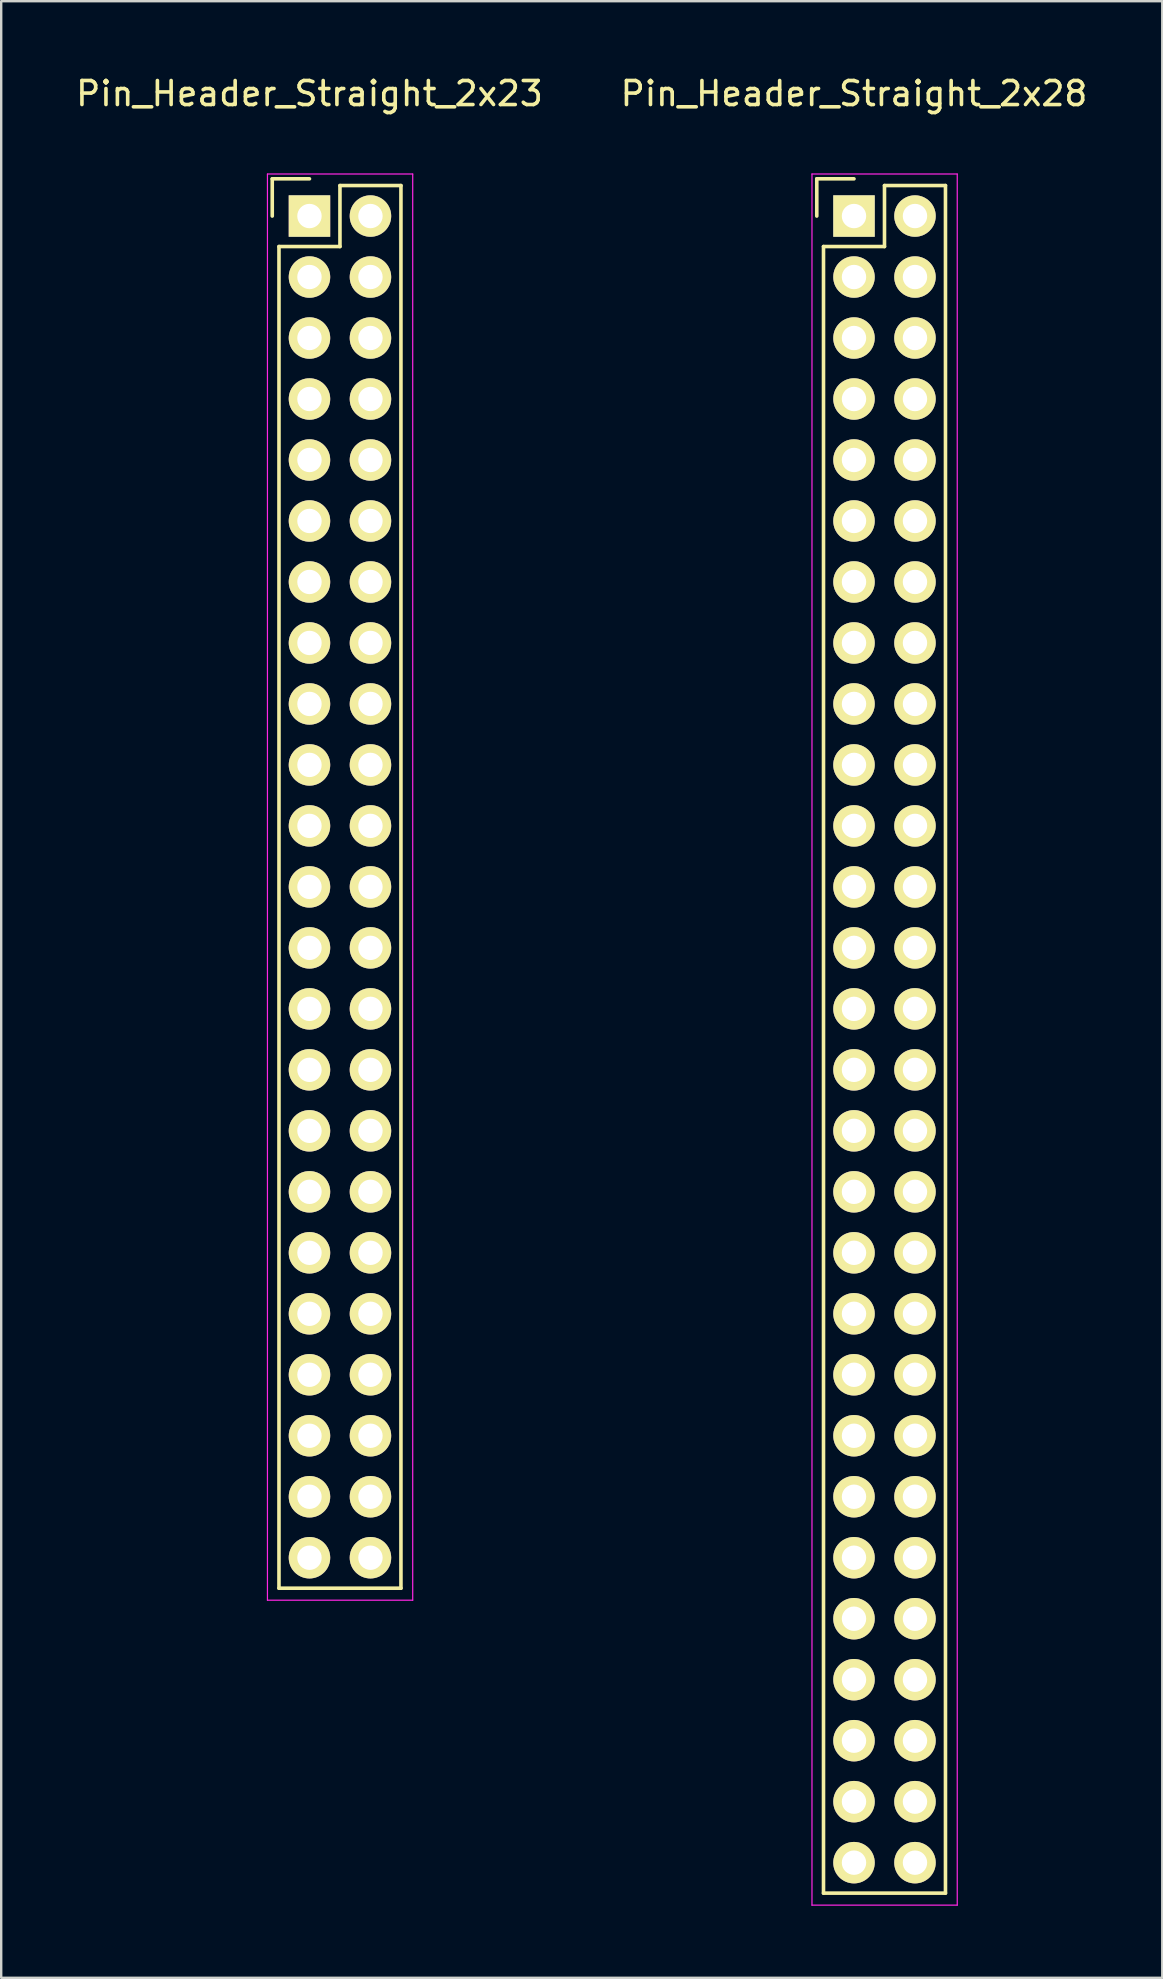
<source format=kicad_pcb>
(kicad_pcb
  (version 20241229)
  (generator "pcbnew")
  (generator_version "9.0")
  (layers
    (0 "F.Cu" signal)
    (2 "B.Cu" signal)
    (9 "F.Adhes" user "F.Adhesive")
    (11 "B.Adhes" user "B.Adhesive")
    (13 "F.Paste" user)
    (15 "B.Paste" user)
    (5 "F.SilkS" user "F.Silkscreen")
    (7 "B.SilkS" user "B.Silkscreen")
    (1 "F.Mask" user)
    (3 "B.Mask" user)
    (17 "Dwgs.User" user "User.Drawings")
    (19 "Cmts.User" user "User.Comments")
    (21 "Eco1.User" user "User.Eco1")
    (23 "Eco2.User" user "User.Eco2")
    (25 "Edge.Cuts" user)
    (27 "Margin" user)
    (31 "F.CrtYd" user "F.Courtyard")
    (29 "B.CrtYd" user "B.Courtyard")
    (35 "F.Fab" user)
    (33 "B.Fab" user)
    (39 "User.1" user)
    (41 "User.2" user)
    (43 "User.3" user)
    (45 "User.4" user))
  (footprint "Pin_Header_Straight_2x28"
    (layer "F.Cu")
    (at 32.518 5.948)
    (property "Reference" "Pin_Header_Straight_2x28" (at 0 -5.1 0) (layer "F.SilkS") (effects (font (size 1 1) (thickness 0.15))))
    (attr through_hole)
    (fp_line (start -1.55 -1.55) (end -1.55 0) (stroke (width 0.15) (type solid)) (layer "F.SilkS"))
    (fp_line (start -1.27 1.27) (end -1.27 69.85) (stroke (width 0.15) (type solid)) (layer "F.SilkS"))
    (fp_line (start 0 -1.55) (end -1.55 -1.55) (stroke (width 0.15) (type solid)) (layer "F.SilkS"))
    (fp_line (start 1.27 -1.27) (end 1.27 1.27) (stroke (width 0.15) (type solid)) (layer "F.SilkS"))
    (fp_line (start 1.27 1.27) (end -1.27 1.27) (stroke (width 0.15) (type solid)) (layer "F.SilkS"))
    (fp_line (start 3.81 -1.27) (end 1.27 -1.27) (stroke (width 0.15) (type solid)) (layer "F.SilkS"))
    (fp_line (start 3.81 -1.27) (end 3.81 69.85) (stroke (width 0.15) (type solid)) (layer "F.SilkS"))
    (fp_line (start 3.81 69.85) (end -1.27 69.85) (stroke (width 0.15) (type solid)) (layer "F.SilkS"))
    (fp_line (start -1.75 -1.75) (end -1.75 70.35) (stroke (width 0.05) (type solid)) (layer "F.CrtYd"))
    (fp_line (start -1.75 -1.75) (end 4.3 -1.75) (stroke (width 0.05) (type solid)) (layer "F.CrtYd"))
    (fp_line (start -1.75 70.35) (end 4.3 70.35) (stroke (width 0.05) (type solid)) (layer "F.CrtYd"))
    (fp_line (start 4.3 -1.75) (end 4.3 70.35) (stroke (width 0.05) (type solid)) (layer "F.CrtYd"))
    (pad "1" thru_hole rect (at 0 0) (size 1.727 1.727) (drill 1.016) (layers "*.Cu" "*.Mask" "F.SilkS"))
    (pad "2" thru_hole oval (at 2.54 0) (size 1.727 1.727) (drill 1.016) (layers "*.Cu" "*.Mask" "F.SilkS"))
    (pad "3" thru_hole oval (at 0 2.54) (size 1.727 1.727) (drill 1.016) (layers "*.Cu" "*.Mask" "F.SilkS"))
    (pad "4" thru_hole oval (at 2.54 2.54) (size 1.727 1.727) (drill 1.016) (layers "*.Cu" "*.Mask" "F.SilkS"))
    (pad "5" thru_hole oval (at 0 5.08) (size 1.727 1.727) (drill 1.016) (layers "*.Cu" "*.Mask" "F.SilkS"))
    (pad "6" thru_hole oval (at 2.54 5.08) (size 1.727 1.727) (drill 1.016) (layers "*.Cu" "*.Mask" "F.SilkS"))
    (pad "7" thru_hole oval (at 0 7.62) (size 1.727 1.727) (drill 1.016) (layers "*.Cu" "*.Mask" "F.SilkS"))
    (pad "8" thru_hole oval (at 2.54 7.62) (size 1.727 1.727) (drill 1.016) (layers "*.Cu" "*.Mask" "F.SilkS"))
    (pad "9" thru_hole oval (at 0 10.16) (size 1.727 1.727) (drill 1.016) (layers "*.Cu" "*.Mask" "F.SilkS"))
    (pad "10" thru_hole oval (at 2.54 10.16) (size 1.727 1.727) (drill 1.016) (layers "*.Cu" "*.Mask" "F.SilkS"))
    (pad "11" thru_hole oval (at 0 12.7) (size 1.727 1.727) (drill 1.016) (layers "*.Cu" "*.Mask" "F.SilkS"))
    (pad "12" thru_hole oval (at 2.54 12.7) (size 1.727 1.727) (drill 1.016) (layers "*.Cu" "*.Mask" "F.SilkS"))
    (pad "13" thru_hole oval (at 0 15.24) (size 1.727 1.727) (drill 1.016) (layers "*.Cu" "*.Mask" "F.SilkS"))
    (pad "14" thru_hole oval (at 2.54 15.24) (size 1.727 1.727) (drill 1.016) (layers "*.Cu" "*.Mask" "F.SilkS"))
    (pad "15" thru_hole oval (at 0 17.78) (size 1.727 1.727) (drill 1.016) (layers "*.Cu" "*.Mask" "F.SilkS"))
    (pad "16" thru_hole oval (at 2.54 17.78) (size 1.727 1.727) (drill 1.016) (layers "*.Cu" "*.Mask" "F.SilkS"))
    (pad "17" thru_hole oval (at 0 20.32) (size 1.727 1.727) (drill 1.016) (layers "*.Cu" "*.Mask" "F.SilkS"))
    (pad "18" thru_hole oval (at 2.54 20.32) (size 1.727 1.727) (drill 1.016) (layers "*.Cu" "*.Mask" "F.SilkS"))
    (pad "19" thru_hole oval (at 0 22.86) (size 1.727 1.727) (drill 1.016) (layers "*.Cu" "*.Mask" "F.SilkS"))
    (pad "20" thru_hole oval (at 2.54 22.86) (size 1.727 1.727) (drill 1.016) (layers "*.Cu" "*.Mask" "F.SilkS"))
    (pad "21" thru_hole oval (at 0 25.4) (size 1.727 1.727) (drill 1.016) (layers "*.Cu" "*.Mask" "F.SilkS"))
    (pad "22" thru_hole oval (at 2.54 25.4) (size 1.727 1.727) (drill 1.016) (layers "*.Cu" "*.Mask" "F.SilkS"))
    (pad "23" thru_hole oval (at 0 27.94) (size 1.727 1.727) (drill 1.016) (layers "*.Cu" "*.Mask" "F.SilkS"))
    (pad "24" thru_hole oval (at 2.54 27.94) (size 1.727 1.727) (drill 1.016) (layers "*.Cu" "*.Mask" "F.SilkS"))
    (pad "25" thru_hole oval (at 0 30.48) (size 1.727 1.727) (drill 1.016) (layers "*.Cu" "*.Mask" "F.SilkS"))
    (pad "26" thru_hole oval (at 2.54 30.48) (size 1.727 1.727) (drill 1.016) (layers "*.Cu" "*.Mask" "F.SilkS"))
    (pad "27" thru_hole oval (at 0 33.02) (size 1.727 1.727) (drill 1.016) (layers "*.Cu" "*.Mask" "F.SilkS"))
    (pad "28" thru_hole oval (at 2.54 33.02) (size 1.727 1.727) (drill 1.016) (layers "*.Cu" "*.Mask" "F.SilkS"))
    (pad "29" thru_hole oval (at 0 35.56) (size 1.727 1.727) (drill 1.016) (layers "*.Cu" "*.Mask" "F.SilkS"))
    (pad "30" thru_hole oval (at 2.54 35.56) (size 1.727 1.727) (drill 1.016) (layers "*.Cu" "*.Mask" "F.SilkS"))
    (pad "31" thru_hole oval (at 0 38.1) (size 1.727 1.727) (drill 1.016) (layers "*.Cu" "*.Mask" "F.SilkS"))
    (pad "32" thru_hole oval (at 2.54 38.1) (size 1.727 1.727) (drill 1.016) (layers "*.Cu" "*.Mask" "F.SilkS"))
    (pad "33" thru_hole oval (at 0 40.64) (size 1.727 1.727) (drill 1.016) (layers "*.Cu" "*.Mask" "F.SilkS"))
    (pad "34" thru_hole oval (at 2.54 40.64) (size 1.727 1.727) (drill 1.016) (layers "*.Cu" "*.Mask" "F.SilkS"))
    (pad "35" thru_hole oval (at 0 43.18) (size 1.727 1.727) (drill 1.016) (layers "*.Cu" "*.Mask" "F.SilkS"))
    (pad "36" thru_hole oval (at 2.54 43.18) (size 1.727 1.727) (drill 1.016) (layers "*.Cu" "*.Mask" "F.SilkS"))
    (pad "37" thru_hole oval (at 0 45.72) (size 1.727 1.727) (drill 1.016) (layers "*.Cu" "*.Mask" "F.SilkS"))
    (pad "38" thru_hole oval (at 2.54 45.72) (size 1.727 1.727) (drill 1.016) (layers "*.Cu" "*.Mask" "F.SilkS"))
    (pad "39" thru_hole oval (at 0 48.26) (size 1.727 1.727) (drill 1.016) (layers "*.Cu" "*.Mask" "F.SilkS"))
    (pad "40" thru_hole oval (at 2.54 48.26) (size 1.727 1.727) (drill 1.016) (layers "*.Cu" "*.Mask" "F.SilkS"))
    (pad "41" thru_hole oval (at 0 50.8) (size 1.727 1.727) (drill 1.016) (layers "*.Cu" "*.Mask" "F.SilkS"))
    (pad "42" thru_hole oval (at 2.54 50.8) (size 1.727 1.727) (drill 1.016) (layers "*.Cu" "*.Mask" "F.SilkS"))
    (pad "43" thru_hole oval (at 0 53.34) (size 1.727 1.727) (drill 1.016) (layers "*.Cu" "*.Mask" "F.SilkS"))
    (pad "44" thru_hole oval (at 2.54 53.34) (size 1.727 1.727) (drill 1.016) (layers "*.Cu" "*.Mask" "F.SilkS"))
    (pad "45" thru_hole oval (at 0 55.88) (size 1.727 1.727) (drill 1.016) (layers "*.Cu" "*.Mask" "F.SilkS"))
    (pad "46" thru_hole oval (at 2.54 55.88) (size 1.727 1.727) (drill 1.016) (layers "*.Cu" "*.Mask" "F.SilkS"))
    (pad "47" thru_hole oval (at 0 58.42) (size 1.727 1.727) (drill 1.016) (layers "*.Cu" "*.Mask" "F.SilkS"))
    (pad "48" thru_hole oval (at 2.54 58.42) (size 1.727 1.727) (drill 1.016) (layers "*.Cu" "*.Mask" "F.SilkS"))
    (pad "49" thru_hole oval (at 0 60.96) (size 1.727 1.727) (drill 1.016) (layers "*.Cu" "*.Mask" "F.SilkS"))
    (pad "50" thru_hole oval (at 2.54 60.96) (size 1.727 1.727) (drill 1.016) (layers "*.Cu" "*.Mask" "F.SilkS"))
    (pad "51" thru_hole oval (at 0 63.5) (size 1.727 1.727) (drill 1.016) (layers "*.Cu" "*.Mask" "F.SilkS"))
    (pad "52" thru_hole oval (at 2.54 63.5) (size 1.727 1.727) (drill 1.016) (layers "*.Cu" "*.Mask" "F.SilkS"))
    (pad "53" thru_hole oval (at 0 66.04) (size 1.727 1.727) (drill 1.016) (layers "*.Cu" "*.Mask" "F.SilkS"))
    (pad "54" thru_hole oval (at 2.54 66.04) (size 1.727 1.727) (drill 1.016) (layers "*.Cu" "*.Mask" "F.SilkS"))
    (pad "55" thru_hole oval (at 0 68.58) (size 1.727 1.727) (drill 1.016) (layers "*.Cu" "*.Mask" "F.SilkS"))
    (pad "56" thru_hole oval (at 2.54 68.58) (size 1.727 1.727) (drill 1.016) (layers "*.Cu" "*.Mask" "F.SilkS")))
  (footprint "Pin_Header_Straight_2x23"
    (layer "F.Cu")
    (at 9.839 5.948)
    (property "Reference" "Pin_Header_Straight_2x23" (at 0 -5.1 0) (layer "F.SilkS") (effects (font (size 1 1) (thickness 0.15))))
    (attr through_hole)
    (fp_line (start -1.55 -1.55) (end -1.55 0) (stroke (width 0.15) (type solid)) (layer "F.SilkS"))
    (fp_line (start -1.27 57.15) (end -1.27 1.27) (stroke (width 0.15) (type solid)) (layer "F.SilkS"))
    (fp_line (start 0 -1.55) (end -1.55 -1.55) (stroke (width 0.15) (type solid)) (layer "F.SilkS"))
    (fp_line (start 1.27 -1.27) (end 1.27 1.27) (stroke (width 0.15) (type solid)) (layer "F.SilkS"))
    (fp_line (start 1.27 1.27) (end -1.27 1.27) (stroke (width 0.15) (type solid)) (layer "F.SilkS"))
    (fp_line (start 3.81 -1.27) (end 1.27 -1.27) (stroke (width 0.15) (type solid)) (layer "F.SilkS"))
    (fp_line (start 3.81 57.15) (end -1.27 57.15) (stroke (width 0.15) (type solid)) (layer "F.SilkS"))
    (fp_line (start 3.81 57.15) (end 3.81 -1.27) (stroke (width 0.15) (type solid)) (layer "F.SilkS"))
    (fp_line (start -1.75 -1.75) (end -1.75 57.65) (stroke (width 0.05) (type solid)) (layer "F.CrtYd"))
    (fp_line (start -1.75 -1.75) (end 4.3 -1.75) (stroke (width 0.05) (type solid)) (layer "F.CrtYd"))
    (fp_line (start -1.75 57.65) (end 4.3 57.65) (stroke (width 0.05) (type solid)) (layer "F.CrtYd"))
    (fp_line (start 4.3 -1.75) (end 4.3 57.65) (stroke (width 0.05) (type solid)) (layer "F.CrtYd"))
    (pad "1" thru_hole rect (at 0 0) (size 1.727 1.727) (drill 1.016) (layers "*.Cu" "*.Mask" "F.SilkS"))
    (pad "2" thru_hole oval (at 2.54 0) (size 1.727 1.727) (drill 1.016) (layers "*.Cu" "*.Mask" "F.SilkS"))
    (pad "3" thru_hole oval (at 0 2.54) (size 1.727 1.727) (drill 1.016) (layers "*.Cu" "*.Mask" "F.SilkS"))
    (pad "4" thru_hole oval (at 2.54 2.54) (size 1.727 1.727) (drill 1.016) (layers "*.Cu" "*.Mask" "F.SilkS"))
    (pad "5" thru_hole oval (at 0 5.08) (size 1.727 1.727) (drill 1.016) (layers "*.Cu" "*.Mask" "F.SilkS"))
    (pad "6" thru_hole oval (at 2.54 5.08) (size 1.727 1.727) (drill 1.016) (layers "*.Cu" "*.Mask" "F.SilkS"))
    (pad "7" thru_hole oval (at 0 7.62) (size 1.727 1.727) (drill 1.016) (layers "*.Cu" "*.Mask" "F.SilkS"))
    (pad "8" thru_hole oval (at 2.54 7.62) (size 1.727 1.727) (drill 1.016) (layers "*.Cu" "*.Mask" "F.SilkS"))
    (pad "9" thru_hole oval (at 0 10.16) (size 1.727 1.727) (drill 1.016) (layers "*.Cu" "*.Mask" "F.SilkS"))
    (pad "10" thru_hole oval (at 2.54 10.16) (size 1.727 1.727) (drill 1.016) (layers "*.Cu" "*.Mask" "F.SilkS"))
    (pad "11" thru_hole oval (at 0 12.7) (size 1.727 1.727) (drill 1.016) (layers "*.Cu" "*.Mask" "F.SilkS"))
    (pad "12" thru_hole oval (at 2.54 12.7) (size 1.727 1.727) (drill 1.016) (layers "*.Cu" "*.Mask" "F.SilkS"))
    (pad "13" thru_hole oval (at 0 15.24) (size 1.727 1.727) (drill 1.016) (layers "*.Cu" "*.Mask" "F.SilkS"))
    (pad "14" thru_hole oval (at 2.54 15.24) (size 1.727 1.727) (drill 1.016) (layers "*.Cu" "*.Mask" "F.SilkS"))
    (pad "15" thru_hole oval (at 0 17.78) (size 1.727 1.727) (drill 1.016) (layers "*.Cu" "*.Mask" "F.SilkS"))
    (pad "16" thru_hole oval (at 2.54 17.78) (size 1.727 1.727) (drill 1.016) (layers "*.Cu" "*.Mask" "F.SilkS"))
    (pad "17" thru_hole oval (at 0 20.32) (size 1.727 1.727) (drill 1.016) (layers "*.Cu" "*.Mask" "F.SilkS"))
    (pad "18" thru_hole oval (at 2.54 20.32) (size 1.727 1.727) (drill 1.016) (layers "*.Cu" "*.Mask" "F.SilkS"))
    (pad "19" thru_hole oval (at 0 22.86) (size 1.727 1.727) (drill 1.016) (layers "*.Cu" "*.Mask" "F.SilkS"))
    (pad "20" thru_hole oval (at 2.54 22.86) (size 1.727 1.727) (drill 1.016) (layers "*.Cu" "*.Mask" "F.SilkS"))
    (pad "21" thru_hole oval (at 0 25.4) (size 1.727 1.727) (drill 1.016) (layers "*.Cu" "*.Mask" "F.SilkS"))
    (pad "22" thru_hole oval (at 2.54 25.4) (size 1.727 1.727) (drill 1.016) (layers "*.Cu" "*.Mask" "F.SilkS"))
    (pad "23" thru_hole oval (at 0 27.94) (size 1.727 1.727) (drill 1.016) (layers "*.Cu" "*.Mask" "F.SilkS"))
    (pad "24" thru_hole oval (at 2.54 27.94) (size 1.727 1.727) (drill 1.016) (layers "*.Cu" "*.Mask" "F.SilkS"))
    (pad "25" thru_hole oval (at 0 30.48) (size 1.727 1.727) (drill 1.016) (layers "*.Cu" "*.Mask" "F.SilkS"))
    (pad "26" thru_hole oval (at 2.54 30.48) (size 1.727 1.727) (drill 1.016) (layers "*.Cu" "*.Mask" "F.SilkS"))
    (pad "27" thru_hole oval (at 0 33.02) (size 1.727 1.727) (drill 1.016) (layers "*.Cu" "*.Mask" "F.SilkS"))
    (pad "28" thru_hole oval (at 2.54 33.02) (size 1.727 1.727) (drill 1.016) (layers "*.Cu" "*.Mask" "F.SilkS"))
    (pad "29" thru_hole oval (at 0 35.56) (size 1.727 1.727) (drill 1.016) (layers "*.Cu" "*.Mask" "F.SilkS"))
    (pad "30" thru_hole oval (at 2.54 35.56) (size 1.727 1.727) (drill 1.016) (layers "*.Cu" "*.Mask" "F.SilkS"))
    (pad "31" thru_hole oval (at 0 38.1) (size 1.727 1.727) (drill 1.016) (layers "*.Cu" "*.Mask" "F.SilkS"))
    (pad "32" thru_hole oval (at 2.54 38.1) (size 1.727 1.727) (drill 1.016) (layers "*.Cu" "*.Mask" "F.SilkS"))
    (pad "33" thru_hole oval (at 0 40.64) (size 1.727 1.727) (drill 1.016) (layers "*.Cu" "*.Mask" "F.SilkS"))
    (pad "34" thru_hole oval (at 2.54 40.64) (size 1.727 1.727) (drill 1.016) (layers "*.Cu" "*.Mask" "F.SilkS"))
    (pad "35" thru_hole oval (at 0 43.18) (size 1.727 1.727) (drill 1.016) (layers "*.Cu" "*.Mask" "F.SilkS"))
    (pad "36" thru_hole oval (at 2.54 43.18) (size 1.727 1.727) (drill 1.016) (layers "*.Cu" "*.Mask" "F.SilkS"))
    (pad "37" thru_hole oval (at 0 45.72) (size 1.727 1.727) (drill 1.016) (layers "*.Cu" "*.Mask" "F.SilkS"))
    (pad "38" thru_hole oval (at 2.54 45.72) (size 1.727 1.727) (drill 1.016) (layers "*.Cu" "*.Mask" "F.SilkS"))
    (pad "39" thru_hole oval (at 0 48.26) (size 1.727 1.727) (drill 1.016) (layers "*.Cu" "*.Mask" "F.SilkS"))
    (pad "40" thru_hole oval (at 2.54 48.26) (size 1.727 1.727) (drill 1.016) (layers "*.Cu" "*.Mask" "F.SilkS"))
    (pad "41" thru_hole oval (at 0 50.8) (size 1.727 1.727) (drill 1.016) (layers "*.Cu" "*.Mask" "F.SilkS"))
    (pad "42" thru_hole oval (at 2.54 50.8) (size 1.727 1.727) (drill 1.016) (layers "*.Cu" "*.Mask" "F.SilkS"))
    (pad "43" thru_hole oval (at 0 53.34) (size 1.727 1.727) (drill 1.016) (layers "*.Cu" "*.Mask" "F.SilkS"))
    (pad "44" thru_hole oval (at 2.54 53.34) (size 1.727 1.727) (drill 1.016) (layers "*.Cu" "*.Mask" "F.SilkS"))
    (pad "45" thru_hole oval (at 0 55.88) (size 1.727 1.727) (drill 1.016) (layers "*.Cu" "*.Mask" "F.SilkS"))
    (pad "46" thru_hole oval (at 2.54 55.88) (size 1.727 1.727) (drill 1.016) (layers "*.Cu" "*.Mask" "F.SilkS")))
  (gr_rect
    (start -3 -3)
    (end 45.357 79.323)
    (stroke (width 0.1) (type default))
    (fill no)
    (layer "Edge.Cuts")))
</source>
